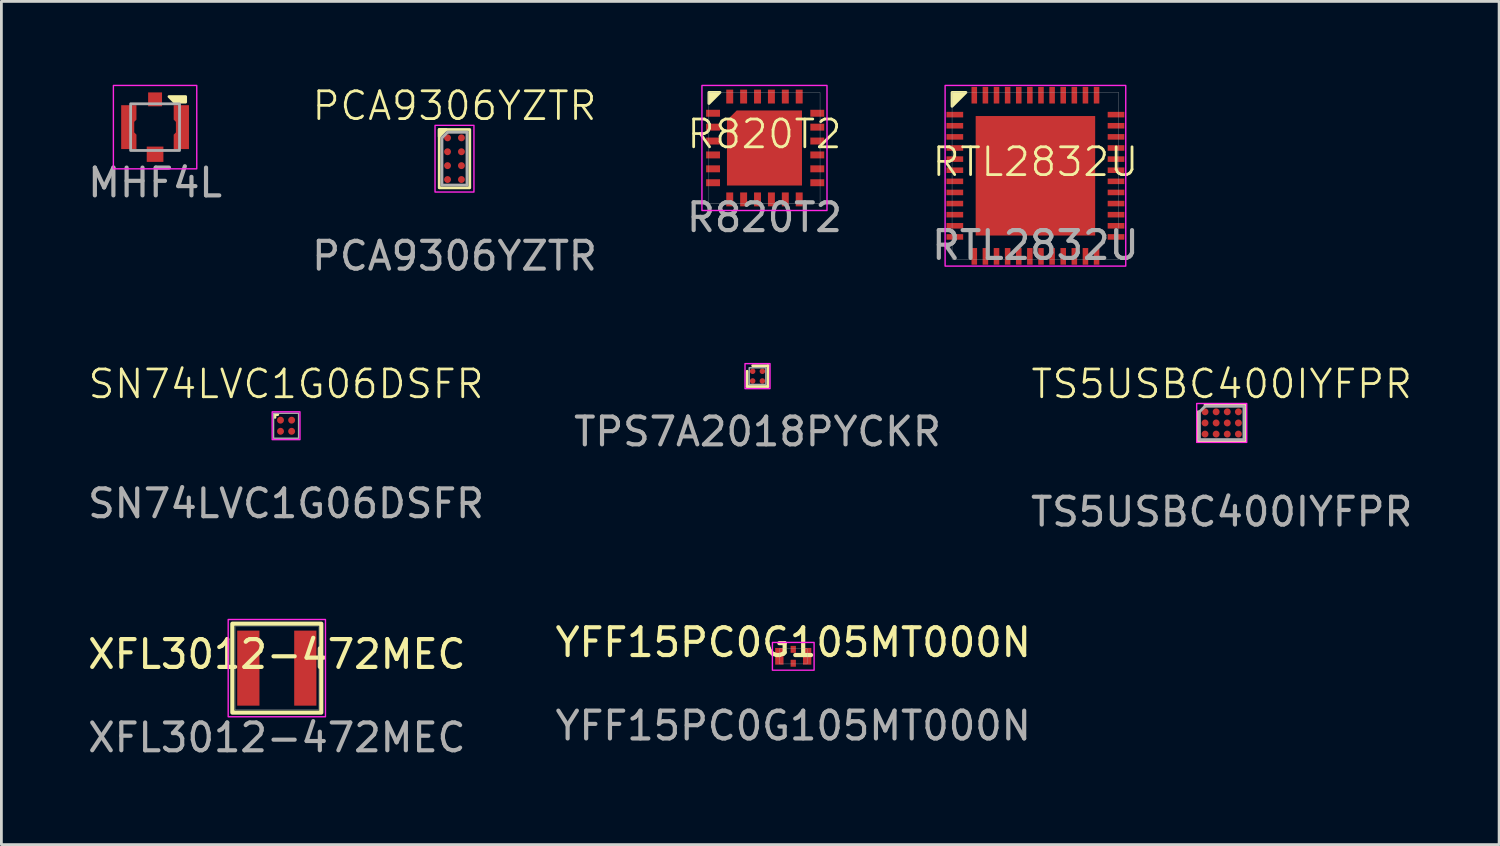
<source format=kicad_pcb>
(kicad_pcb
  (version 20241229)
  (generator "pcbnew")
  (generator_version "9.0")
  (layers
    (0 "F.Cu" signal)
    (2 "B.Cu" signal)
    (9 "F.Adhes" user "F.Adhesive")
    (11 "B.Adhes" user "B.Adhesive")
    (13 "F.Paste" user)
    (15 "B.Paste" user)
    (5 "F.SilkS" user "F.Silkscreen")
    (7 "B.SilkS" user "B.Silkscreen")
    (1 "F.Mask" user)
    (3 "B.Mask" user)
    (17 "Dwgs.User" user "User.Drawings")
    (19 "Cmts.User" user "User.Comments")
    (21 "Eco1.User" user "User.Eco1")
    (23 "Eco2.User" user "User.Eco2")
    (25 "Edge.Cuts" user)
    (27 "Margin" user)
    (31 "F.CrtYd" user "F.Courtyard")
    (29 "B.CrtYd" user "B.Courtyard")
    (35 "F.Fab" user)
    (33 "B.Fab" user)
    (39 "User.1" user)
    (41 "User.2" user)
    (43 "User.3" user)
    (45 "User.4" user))
  (footprint "SN74LVC1G06DSFR"
    (layer "F.Cu")
    (at 7.244 12.269)
    (property "Reference" "SN74LVC1G06DSFR" (at 0 -1.5 0) (unlocked yes) (layer "F.SilkS") (effects (font (size 1 1) (thickness 0.1))))
    (attr smd)
    (fp_line (start -0.4 -0.4) (end -0.4 -0.3) (stroke (width 0.1) (type default)) (layer "F.SilkS"))
    (fp_line (start -0.3 -0.4) (end -0.4 -0.4) (stroke (width 0.1) (type default)) (layer "F.SilkS"))
    (fp_rect (start -0.5 -0.5) (end 0.5 0.5) (stroke (width 0.05) (type default)) (fill no) (layer "F.CrtYd"))
    (fp_rect (start -0.45 -0.45) (end 0.45 0.45) (stroke (width 0.05) (type default)) (fill no) (layer "F.Fab"))
    (fp_text user "${REFERENCE}" (at 0 2.8 0) (unlocked yes) (layer "F.Fab") (effects (font (size 1 1) (thickness 0.15))))
    (pad "A1" smd circle (at -0.2 -0.2) (size 0.25 0.25) (layers "F.Cu" "F.Mask" "F.Paste"))
    (pad "A2" smd circle (at 0.2 -0.2) (size 0.25 0.25) (layers "F.Cu" "F.Mask" "F.Paste"))
    (pad "B1" smd circle (at -0.2 0.2) (size 0.25 0.25) (layers "F.Cu" "F.Mask" "F.Paste"))
    (pad "B2" smd circle (at 0.2 0.2) (size 0.25 0.25) (layers "F.Cu" "F.Mask" "F.Paste")))
  (footprint "PCA9306YZTR"
    (layer "F.Cu")
    (at 13.304 2.66)
    (property "Reference" "PCA9306YZTR" (at 0 -1.9 0) (unlocked yes) (layer "F.SilkS") (effects (font (size 1 1) (thickness 0.1))))
    (attr smd)
    (fp_rect (start -0.55 -1.05) (end 0.55 1.05) (stroke (width 0.1) (type default)) (fill no) (layer "F.SilkS"))
    (fp_poly (pts (xy -0.55 -1.05) (xy -0.3 -1.05) (xy -0.55 -0.8)) (stroke (width 0.1) (type solid)) (fill yes) (layer "F.SilkS"))
    (fp_rect (start -0.7 -1.2) (end 0.7 1.2) (stroke (width 0.05) (type default)) (fill no) (layer "F.CrtYd"))
    (fp_line (start -0.45 -0.75) (end -0.45 0.95) (stroke (width 0.1) (type default)) (layer "F.Fab"))
    (fp_line (start -0.45 0.95) (end 0.45 0.95) (stroke (width 0.1) (type default)) (layer "F.Fab"))
    (fp_line (start -0.25 -0.95) (end -0.45 -0.75) (stroke (width 0.1) (type default)) (layer "F.Fab"))
    (fp_line (start 0.45 -0.95) (end -0.25 -0.95) (stroke (width 0.1) (type default)) (layer "F.Fab"))
    (fp_line (start 0.45 0.95) (end 0.45 -0.95) (stroke (width 0.1) (type default)) (layer "F.Fab"))
    (fp_text user "${REFERENCE}" (at 0 3.5 0) (unlocked yes) (layer "F.Fab") (effects (font (size 1 1) (thickness 0.15))))
    (pad "A1" smd circle (at -0.25 -0.75) (size 0.25 0.25) (layers "F.Cu" "F.Mask" "F.Paste"))
    (pad "A2" smd circle (at 0.25 -0.75) (size 0.25 0.25) (layers "F.Cu" "F.Mask" "F.Paste"))
    (pad "B1" smd circle (at -0.25 -0.25) (size 0.25 0.25) (layers "F.Cu" "F.Mask" "F.Paste"))
    (pad "B2" smd circle (at 0.25 -0.25) (size 0.25 0.25) (layers "F.Cu" "F.Mask" "F.Paste"))
    (pad "C1" smd circle (at -0.25 0.25) (size 0.25 0.25) (layers "F.Cu" "F.Mask" "F.Paste"))
    (pad "C2" smd circle (at 0.25 0.25) (size 0.25 0.25) (layers "F.Cu" "F.Mask" "F.Paste"))
    (pad "D1" smd circle (at -0.25 0.75) (size 0.25 0.25) (layers "F.Cu" "F.Mask" "F.Paste"))
    (pad "D2" smd circle (at 0.25 0.75) (size 0.25 0.25) (layers "F.Cu" "F.Mask" "F.Paste")))
  (footprint "R820T2"
    (layer "F.Cu")
    (at 24.458 2.275)
    (property "Reference" "R820T2" (at 0 -0.5 0) (unlocked yes) (layer "F.SilkS") (effects (font (size 1 1) (thickness 0.1))))
    (attr smd allow_soldermask_bridges)
    (fp_poly (pts (xy -1.6 -2) (xy -2 -2) (xy -2 -1.6)) (stroke (width 0.1) (type solid)) (fill yes) (layer "F.SilkS"))
    (fp_rect (start -2.25 -2.25) (end 2.25 2.25) (stroke (width 0.05) (type default)) (fill no) (layer "F.CrtYd"))
    (fp_rect (start -2 -2) (end 2 2) (stroke (width 0.01) (type default)) (fill no) (layer "F.Fab"))
    (fp_text user "${REFERENCE}" (at 0 2.5 0) (unlocked yes) (layer "F.Fab") (effects (font (size 1 1) (thickness 0.15))))
    (pad "1" smd rect (at -1.85 -1.25) (size 0.5 0.25) (layers "F.Cu" "F.Mask" "F.Paste"))
    (pad "2" smd rect (at -1.85 -0.75) (size 0.5 0.25) (layers "F.Cu" "F.Mask" "F.Paste"))
    (pad "3" smd rect (at -1.85 -0.25) (size 0.5 0.25) (layers "F.Cu" "F.Mask" "F.Paste"))
    (pad "4" smd rect (at -1.85 0.25) (size 0.5 0.25) (layers "F.Cu" "F.Mask" "F.Paste"))
    (pad "5" smd rect (at -1.85 0.75) (size 0.5 0.25) (layers "F.Cu" "F.Mask" "F.Paste"))
    (pad "6" smd rect (at -1.85 1.25) (size 0.5 0.25) (layers "F.Cu" "F.Mask" "F.Paste"))
    (pad "7" smd rect (at -1.25 1.85 90) (size 0.5 0.25) (layers "F.Cu" "F.Mask" "F.Paste"))
    (pad "8" smd rect (at -0.75 1.85 90) (size 0.5 0.25) (layers "F.Cu" "F.Mask" "F.Paste"))
    (pad "9" smd rect (at -0.25 1.85 90) (size 0.5 0.25) (layers "F.Cu" "F.Mask" "F.Paste"))
    (pad "10" smd rect (at 0.25 1.85 90) (size 0.5 0.25) (layers "F.Cu" "F.Mask" "F.Paste"))
    (pad "11" smd rect (at 0.75 1.85 90) (size 0.5 0.25) (layers "F.Cu" "F.Mask" "F.Paste"))
    (pad "12" smd rect (at 1.25 1.85 90) (size 0.5 0.25) (layers "F.Cu" "F.Mask" "F.Paste"))
    (pad "13" smd rect (at 1.9 1.25 180) (size 0.5 0.25) (layers "F.Cu" "F.Mask" "F.Paste"))
    (pad "14" smd rect (at 1.9 0.75 180) (size 0.5 0.25) (layers "F.Cu" "F.Mask" "F.Paste"))
    (pad "15" smd rect (at 1.9 0.25 180) (size 0.5 0.25) (layers "F.Cu" "F.Mask" "F.Paste"))
    (pad "16" smd rect (at 1.9 -0.25 180) (size 0.5 0.25) (layers "F.Cu" "F.Mask" "F.Paste"))
    (pad "17" smd rect (at 1.9 -0.75 180) (size 0.5 0.25) (layers "F.Cu" "F.Mask" "F.Paste"))
    (pad "18" smd rect (at 1.9 -1.25 180) (size 0.5 0.25) (layers "F.Cu" "F.Mask" "F.Paste"))
    (pad "19" smd rect (at 1.25 -1.85 270) (size 0.5 0.25) (layers "F.Cu" "F.Mask" "F.Paste"))
    (pad "20" smd rect (at 0.75 -1.85 270) (size 0.5 0.25) (layers "F.Cu" "F.Mask" "F.Paste"))
    (pad "21" smd rect (at 0.25 -1.85 270) (size 0.5 0.25) (layers "F.Cu" "F.Mask" "F.Paste"))
    (pad "22" smd rect (at -0.25 -1.85 270) (size 0.5 0.25) (layers "F.Cu" "F.Mask" "F.Paste"))
    (pad "23" smd rect (at -0.75 -1.85 270) (size 0.5 0.25) (layers "F.Cu" "F.Mask" "F.Paste"))
    (pad "24" smd rect (at -1.25 -1.85 270) (size 0.5 0.25) (layers "F.Cu" "F.Mask" "F.Paste"))
    (pad "25" smd roundrect (at 0 0) (size 2.7 2.7) (layers "F.Cu" "F.Mask" "F.Paste") (roundrect_rratio 0) (chamfer_ratio 0.13) (chamfer top_left)))
  (footprint "TPS7A2018PYCKR"
    (layer "F.Cu")
    (at 24.208 10.484)
    (property "Reference" "TPS7A2018PYCKR" (at 0 2 0) (unlocked yes) (layer "F.SilkS") (effects (font (size 1 1) (thickness 0.1))))
    (attr smd allow_soldermask_bridges)
    (fp_line (start -0.375 -0.175) (end -0.375 0.375) (stroke (width 0.1) (type default)) (layer "F.SilkS"))
    (fp_line (start -0.375 0.375) (end 0.375 0.375) (stroke (width 0.1) (type default)) (layer "F.SilkS"))
    (fp_line (start 0.375 -0.375) (end -0.175 -0.375) (stroke (width 0.1) (type default)) (layer "F.SilkS"))
    (fp_line (start 0.375 0.375) (end 0.375 -0.375) (stroke (width 0.1) (type default)) (layer "F.SilkS"))
    (fp_rect (start -0.45 -0.45) (end 0.45 0.45) (stroke (width 0.05) (type default)) (fill no) (layer "F.CrtYd"))
    (fp_rect (start -0.3 -0.3) (end 0.3 0.3) (stroke (width 0.05) (type default)) (fill no) (layer "F.Fab"))
    (fp_text user "${REFERENCE}" (at 0 2 0) (unlocked yes) (layer "F.Fab") (effects (font (size 1 1) (thickness 0.15))))
    (pad "A1" smd circle (at -0.175 -0.175) (size 0.2 0.2) (layers "F.Cu" "F.Mask" "F.Paste"))
    (pad "A2" smd circle (at 0.175 -0.175) (size 0.2 0.2) (layers "F.Cu" "F.Mask" "F.Paste"))
    (pad "B1" smd circle (at -0.175 0.175) (size 0.2 0.2) (layers "F.Cu" "F.Mask" "F.Paste"))
    (pad "B2" smd circle (at 0.175 0.175) (size 0.2 0.2) (layers "F.Cu" "F.Mask" "F.Paste")))
  (footprint "XFL3012-472MEC"
    (layer "F.Cu")
    (at 6.911 20.992)
    (property "Reference" "XFL3012-472MEC" (at 0 -0.5 0) (unlocked yes) (layer "F.SilkS") (effects (font (size 1 1) (thickness 0.15))))
    (attr smd)
    (fp_rect (start -1.6 -1.6) (end 1.6 1.6) (stroke (width 0.15) (type default)) (fill no) (layer "F.SilkS"))
    (fp_rect (start -1.75 -1.75) (end 1.75 1.75) (stroke (width 0.05) (type default)) (fill no) (layer "F.CrtYd"))
    (fp_rect (start -1.5 -1.5) (end 1.5 1.5) (stroke (width 0.01) (type default)) (fill no) (layer "F.Fab"))
    (fp_text user "${REFERENCE}" (at 0 2.5 0) (unlocked yes) (layer "F.Fab") (effects (font (size 1 1) (thickness 0.15))))
    (pad "1" smd rect (at -1.025 0) (size 0.8 2.7) (layers "F.Cu" "F.Mask" "F.Paste"))
    (pad "2" smd rect (at 1.025 0) (size 0.8 2.7) (layers "F.Cu" "F.Mask" "F.Paste")))
  (footprint "MHF4L"
    (layer "F.Cu")
    (at 2.53 1.525)
    (property "Reference" "MHF4L" (at 0 2 0) (unlocked yes) (layer "F.SilkS") (effects (font (size 1 1) (thickness 0.1))))
    (attr smd)
    (fp_poly (pts (xy 0.5 -1.1) (xy 1.1 -1.1) (xy 1.1 -0.9) (xy 0.7 -0.9)) (stroke (width 0.1) (type solid)) (fill yes) (layer "F.SilkS"))
    (fp_rect (start -1.5 -1.5) (end 1.5 1.5) (stroke (width 0.05) (type default)) (fill no) (layer "F.CrtYd"))
    (fp_rect (start -0.88 -0.84) (end 0.88 0.84) (stroke (width 0.1) (type default)) (fill no) (layer "F.Fab"))
    (fp_poly (pts (xy -0.3 0.7) (xy 0.3 0.7) (xy 0.3 1.25) (xy -0.3 1.25)) (stroke (width 0.005) (type solid)) (fill no) (layer "User.2"))
    (fp_poly (pts (xy -0.25 -0.75) (xy 0.25 -0.75) (xy 0.25 -1.25) (xy -0.25 -1.25)) (stroke (width 0.005) (type solid)) (fill no) (layer "User.2"))
    (fp_poly (pts (xy -1.22 -0.79) (xy -1.22 0.79) (xy -0.67 0.79) (xy -0.67 0.27) (xy -0.75 0.19) (xy -0.75 -0.19) (xy -0.67 -0.27) (xy -0.67 -0.79)) (stroke (width 0.005) (type solid)) (fill no) (layer "User.2"))
    (fp_poly (pts (xy 1.22 -0.79) (xy 1.22 0.79) (xy 0.67 0.79) (xy 0.67 0.27) (xy 0.75 0.19) (xy 0.75 -0.19) (xy 0.67 -0.27) (xy 0.67 -0.79)) (stroke (width 0.005) (type solid)) (fill no) (layer "User.2"))
    (fp_poly (pts (xy -0.67 -0.79) (xy -0.25 -0.79) (xy -0.25 -0.75) (xy 0.25 -0.75) (xy 0.25 -0.79) (xy 0.67 -0.79) (xy 0.67 -0.27) (xy 0.75 -0.19) (xy 0.75 0.19) (xy 0.67 0.27) (xy 0.67 0.79) (xy 0.3 0.79) (xy 0.3 0.7) (xy -0.3 0.7) (xy -0.3 0.79) (xy -0.67 0.79) (xy -0.67 0.27) (xy -0.75 0.19) (xy -0.75 -0.19) (xy -0.67 -0.27)) (stroke (width 0.005) (type solid)) (fill no) (layer "User.2"))
    (fp_text user "${REFERENCE}" (at 0 2 0) (unlocked yes) (layer "F.Fab") (effects (font (size 1 1) (thickness 0.15))))
    (pad "" smd custom (at 0 -1) (size 0.2 0.2) (layers "F.Cu" "F.Mask" "F.Paste") (options (anchor rect)) (primitives (gr_poly (pts (xy -0.25 0.25) (xy 0.25 0.25) (xy 0.25 -0.25) (xy -0.25 -0.25)) (width 0) (fill yes))))
    (pad "1" smd custom (at 0 1) (size 0.2 0.2) (layers "F.Cu" "F.Mask" "F.Paste") (options (anchor rect)) (primitives (gr_poly (pts (xy -0.3 -0.3) (xy 0.3 -0.3) (xy 0.3 0.25) (xy -0.3 0.25)) (width 0) (fill yes))))
    (pad "2" smd custom (at -1 0 180) (size 0.2 0.2) (layers "F.Cu" "F.Mask" "F.Paste") (options (anchor rect)) (primitives (gr_poly (pts (xy 0.22 -0.79) (xy 0.22 0.79) (xy -0.33 0.79) (xy -0.33 0.27) (xy -0.25 0.19) (xy -0.25 -0.19) (xy -0.33 -0.27) (xy -0.33 -0.79)) (width 0) (fill yes))))
    (pad "2" smd custom (at 1 0) (size 0.2 0.2) (layers "F.Cu" "F.Mask" "F.Paste") (options (anchor rect)) (primitives (gr_poly (pts (xy 0.22 -0.79) (xy 0.22 0.79) (xy -0.33 0.79) (xy -0.33 0.27) (xy -0.25 0.19) (xy -0.25 -0.19) (xy -0.33 -0.27) (xy -0.33 -0.79)) (width 0) (fill yes)))))
  (footprint "RTL2832U"
    (layer "F.Cu")
    (at 34.208 3.275)
    (property "Reference" "RTL2832U" (at 0 -0.5 0) (unlocked yes) (layer "F.SilkS") (effects (font (size 1 1) (thickness 0.1))))
    (attr smd allow_soldermask_bridges)
    (fp_poly (pts (xy -3 -3) (xy -2.5 -3) (xy -3 -2.5)) (stroke (width 0.1) (type solid)) (fill yes) (layer "F.SilkS"))
    (fp_rect (start -3.25 -3.25) (end 3.25 3.25) (stroke (width 0.05) (type default)) (fill no) (layer "F.CrtYd"))
    (fp_rect (start -3 -3) (end 3 3) (stroke (width 0.01) (type solid)) (fill no) (layer "F.Fab"))
    (fp_text user "${REFERENCE}" (at 0 2.5 0) (unlocked yes) (layer "F.Fab") (effects (font (size 1 1) (thickness 0.15))))
    (pad "1" smd rect (at -2.9 -2.2) (size 0.6 0.2) (layers "F.Cu" "F.Mask" "F.Paste"))
    (pad "2" smd rect (at -2.9 -1.8) (size 0.6 0.2) (layers "F.Cu" "F.Mask" "F.Paste"))
    (pad "3" smd rect (at -2.9 -1.4) (size 0.6 0.2) (layers "F.Cu" "F.Mask" "F.Paste"))
    (pad "4" smd rect (at -2.9 -1) (size 0.6 0.2) (layers "F.Cu" "F.Mask" "F.Paste"))
    (pad "5" smd rect (at -2.9 -0.6) (size 0.6 0.2) (layers "F.Cu" "F.Mask" "F.Paste"))
    (pad "6" smd rect (at -2.9 -0.2) (size 0.6 0.2) (layers "F.Cu" "F.Mask" "F.Paste"))
    (pad "7" smd rect (at -2.9 0.2) (size 0.6 0.2) (layers "F.Cu" "F.Mask" "F.Paste"))
    (pad "8" smd rect (at -2.9 0.6) (size 0.6 0.2) (layers "F.Cu" "F.Mask" "F.Paste"))
    (pad "9" smd rect (at -2.9 1) (size 0.6 0.2) (layers "F.Cu" "F.Mask" "F.Paste"))
    (pad "10" smd rect (at -2.9 1.4) (size 0.6 0.2) (layers "F.Cu" "F.Mask" "F.Paste"))
    (pad "11" smd rect (at -2.9 1.8) (size 0.6 0.2) (layers "F.Cu" "F.Mask" "F.Paste"))
    (pad "12" smd rect (at -2.9 2.2) (size 0.6 0.2) (layers "F.Cu" "F.Mask" "F.Paste"))
    (pad "13" smd rect (at -2.2 2.9 90) (size 0.6 0.2) (layers "F.Cu" "F.Mask" "F.Paste"))
    (pad "14" smd rect (at -1.8 2.9 90) (size 0.6 0.2) (layers "F.Cu" "F.Mask" "F.Paste"))
    (pad "15" smd rect (at -1.4 2.9 90) (size 0.6 0.2) (layers "F.Cu" "F.Mask" "F.Paste"))
    (pad "16" smd rect (at -1 2.9 90) (size 0.6 0.2) (layers "F.Cu" "F.Mask" "F.Paste"))
    (pad "17" smd rect (at -0.6 2.9 90) (size 0.6 0.2) (layers "F.Cu" "F.Mask" "F.Paste"))
    (pad "18" smd rect (at -0.2 2.9 90) (size 0.6 0.2) (layers "F.Cu" "F.Mask" "F.Paste"))
    (pad "19" smd rect (at 0.2 2.9 90) (size 0.6 0.2) (layers "F.Cu" "F.Mask" "F.Paste"))
    (pad "20" smd rect (at 0.6 2.9 90) (size 0.6 0.2) (layers "F.Cu" "F.Mask" "F.Paste"))
    (pad "21" smd rect (at 1 2.9 90) (size 0.6 0.2) (layers "F.Cu" "F.Mask" "F.Paste"))
    (pad "22" smd rect (at 1.4 2.9 90) (size 0.6 0.2) (layers "F.Cu" "F.Mask" "F.Paste"))
    (pad "23" smd rect (at 1.8 2.9 90) (size 0.6 0.2) (layers "F.Cu" "F.Mask" "F.Paste"))
    (pad "24" smd rect (at 2.2 2.9 270) (size 0.6 0.2) (layers "F.Cu" "F.Mask" "F.Paste"))
    (pad "25" smd rect (at 2.9 2.2 180) (size 0.6 0.2) (layers "F.Cu" "F.Mask" "F.Paste"))
    (pad "26" smd rect (at 2.9 1.8 180) (size 0.6 0.2) (layers "F.Cu" "F.Mask" "F.Paste"))
    (pad "27" smd rect (at 2.9 1.4 180) (size 0.6 0.2) (layers "F.Cu" "F.Mask" "F.Paste"))
    (pad "28" smd rect (at 2.9 1 180) (size 0.6 0.2) (layers "F.Cu" "F.Mask" "F.Paste"))
    (pad "29" smd rect (at 2.9 0.6 180) (size 0.6 0.2) (layers "F.Cu" "F.Mask" "F.Paste"))
    (pad "30" smd rect (at 2.9 0.2 180) (size 0.6 0.2) (layers "F.Cu" "F.Mask" "F.Paste"))
    (pad "31" smd rect (at 2.9 -0.2 180) (size 0.6 0.2) (layers "F.Cu" "F.Mask" "F.Paste"))
    (pad "32" smd rect (at 2.9 -0.6 180) (size 0.6 0.2) (layers "F.Cu" "F.Mask" "F.Paste"))
    (pad "33" smd rect (at 2.9 -1 180) (size 0.6 0.2) (layers "F.Cu" "F.Mask" "F.Paste"))
    (pad "34" smd rect (at 2.9 -1.4 180) (size 0.6 0.2) (layers "F.Cu" "F.Mask" "F.Paste"))
    (pad "35" smd rect (at 2.9 -1.8 180) (size 0.6 0.2) (layers "F.Cu" "F.Mask" "F.Paste"))
    (pad "36" smd rect (at 2.9 -2.2) (size 0.6 0.2) (layers "F.Cu" "F.Mask" "F.Paste"))
    (pad "37" smd rect (at 2.2 -2.9 270) (size 0.6 0.2) (layers "F.Cu" "F.Mask" "F.Paste"))
    (pad "38" smd rect (at 1.8 -2.9 270) (size 0.6 0.2) (layers "F.Cu" "F.Mask" "F.Paste"))
    (pad "39" smd rect (at 1.4 -2.9 270) (size 0.6 0.2) (layers "F.Cu" "F.Mask" "F.Paste"))
    (pad "40" smd rect (at 1 -2.9 270) (size 0.6 0.2) (layers "F.Cu" "F.Mask" "F.Paste"))
    (pad "41" smd rect (at 0.6 -2.9 270) (size 0.6 0.2) (layers "F.Cu" "F.Mask" "F.Paste"))
    (pad "42" smd rect (at 0.2 -2.9 270) (size 0.6 0.2) (layers "F.Cu" "F.Mask" "F.Paste"))
    (pad "43" smd rect (at -0.2 -2.9 270) (size 0.6 0.2) (layers "F.Cu" "F.Mask" "F.Paste"))
    (pad "44" smd rect (at -0.6 -2.9 270) (size 0.6 0.2) (layers "F.Cu" "F.Mask" "F.Paste"))
    (pad "45" smd rect (at -1 -2.9 270) (size 0.6 0.2) (layers "F.Cu" "F.Mask" "F.Paste"))
    (pad "46" smd rect (at -1.4 -2.9 270) (size 0.6 0.2) (layers "F.Cu" "F.Mask" "F.Paste"))
    (pad "47" smd rect (at -1.8 -2.9 270) (size 0.6 0.2) (layers "F.Cu" "F.Mask" "F.Paste"))
    (pad "48" smd rect (at -2.2 -2.9 270) (size 0.6 0.2) (layers "F.Cu" "F.Mask" "F.Paste"))
    (pad "49" smd rect (at 0 0) (size 4.3 4.3) (layers "F.Cu" "F.Mask" "F.Paste")))
  (footprint "YFF15PC0G105MT000N"
    (layer "F.Cu")
    (at 25.494 20.566)
    (property "Reference" "YFF15PC0G105MT000N" (at 0 -0.5 0) (unlocked yes) (layer "F.SilkS") (effects (font (size 1 1) (thickness 0.15))))
    (attr smd)
    (fp_rect (start -0.75 -0.5) (end 0.75 0.5) (stroke (width 0.05) (type default)) (fill no) (layer "F.CrtYd"))
    (fp_rect (start -0.5 -0.275) (end 0.5 0.275) (stroke (width 0.01) (type default)) (fill no) (layer "F.Fab"))
    (fp_text user "${REFERENCE}" (at 0 2.5 0) (unlocked yes) (layer "F.Fab") (effects (font (size 1 1) (thickness 0.15))))
    (pad "1" smd rect (at -0.5 0) (size 0.3 0.6) (layers "F.Cu" "F.Mask" "F.Paste"))
    (pad "2" smd rect (at 0 0.25) (size 0.19 0.25) (layers "F.Cu" "F.Mask" "F.Paste"))
    (pad "3" smd rect (at 0.5 0) (size 0.3 0.6) (layers "F.Cu" "F.Mask" "F.Paste"))
    (pad "4" smd rect (at 0 -0.25) (size 0.19 0.25) (layers "F.Cu" "F.Mask" "F.Paste")))
  (footprint "TS5USBC400IYFPR"
    (layer "F.Cu")
    (at 40.911 12.169)
    (property "Reference" "TS5USBC400IYFPR" (at 0 -1.4 0) (unlocked yes) (layer "F.SilkS") (effects (font (size 1 1) (thickness 0.1))))
    (attr smd)
    (fp_line (start -0.85 0.65) (end -0.85 -0.4) (stroke (width 0.1) (type default)) (layer "F.SilkS"))
    (fp_line (start -0.6 -0.65) (end 0.85 -0.65) (stroke (width 0.1) (type default)) (layer "F.SilkS"))
    (fp_line (start 0.85 -0.65) (end 0.85 0.65) (stroke (width 0.1) (type default)) (layer "F.SilkS"))
    (fp_line (start 0.85 0.65) (end -0.85 0.65) (stroke (width 0.1) (type default)) (layer "F.SilkS"))
    (fp_rect (start -0.9 -0.7) (end 0.9 0.7) (stroke (width 0.05) (type default)) (fill no) (layer "F.CrtYd"))
    (fp_line (start -0.8 -0.4) (end -0.6 -0.6) (stroke (width 0.1) (type default)) (layer "F.Fab"))
    (fp_line (start -0.8 0.6) (end -0.8 -0.4) (stroke (width 0.1) (type default)) (layer "F.Fab"))
    (fp_line (start -0.6 -0.6) (end 0.8 -0.6) (stroke (width 0.1) (type default)) (layer "F.Fab"))
    (fp_line (start 0.8 -0.6) (end 0.8 0.6) (stroke (width 0.1) (type default)) (layer "F.Fab"))
    (fp_line (start 0.8 0.6) (end -0.8 0.6) (stroke (width 0.1) (type default)) (layer "F.Fab"))
    (fp_text user "${REFERENCE}" (at 0 3.2 0) (unlocked yes) (layer "F.Fab") (effects (font (size 1 1) (thickness 0.15))))
    (pad "A1" smd circle (at -0.6 -0.4 90) (size 0.25 0.25) (layers "F.Cu" "F.Mask" "F.Paste"))
    (pad "A2" smd circle (at -0.2 -0.4 90) (size 0.25 0.25) (layers "F.Cu" "F.Mask" "F.Paste"))
    (pad "A3" smd circle (at 0.2 -0.4 90) (size 0.25 0.25) (layers "F.Cu" "F.Mask" "F.Paste"))
    (pad "A4" smd circle (at 0.6 -0.4 90) (size 0.25 0.25) (layers "F.Cu" "F.Mask" "F.Paste"))
    (pad "B1" smd circle (at -0.6 0 90) (size 0.25 0.25) (layers "F.Cu" "F.Mask" "F.Paste"))
    (pad "B2" smd circle (at -0.2 0 90) (size 0.25 0.25) (layers "F.Cu" "F.Mask" "F.Paste"))
    (pad "B3" smd circle (at 0.2 0 90) (size 0.25 0.25) (layers "F.Cu" "F.Mask" "F.Paste"))
    (pad "B4" smd circle (at 0.6 0 90) (size 0.25 0.25) (layers "F.Cu" "F.Mask" "F.Paste"))
    (pad "C1" smd circle (at -0.6 0.4 90) (size 0.25 0.25) (layers "F.Cu" "F.Mask" "F.Paste"))
    (pad "C2" smd circle (at -0.2 0.4 90) (size 0.25 0.25) (layers "F.Cu" "F.Mask" "F.Paste"))
    (pad "C3" smd circle (at 0.2 0.4 90) (size 0.25 0.25) (layers "F.Cu" "F.Mask" "F.Paste"))
    (pad "C4" smd circle (at 0.6 0.4 90) (size 0.25 0.25) (layers "F.Cu" "F.Mask" "F.Paste")))
  (gr_rect
    (start -3 -3)
    (end 50.893 27.341)
    (stroke (width 0.1) (type default))
    (fill no)
    (layer "Edge.Cuts")))
</source>
